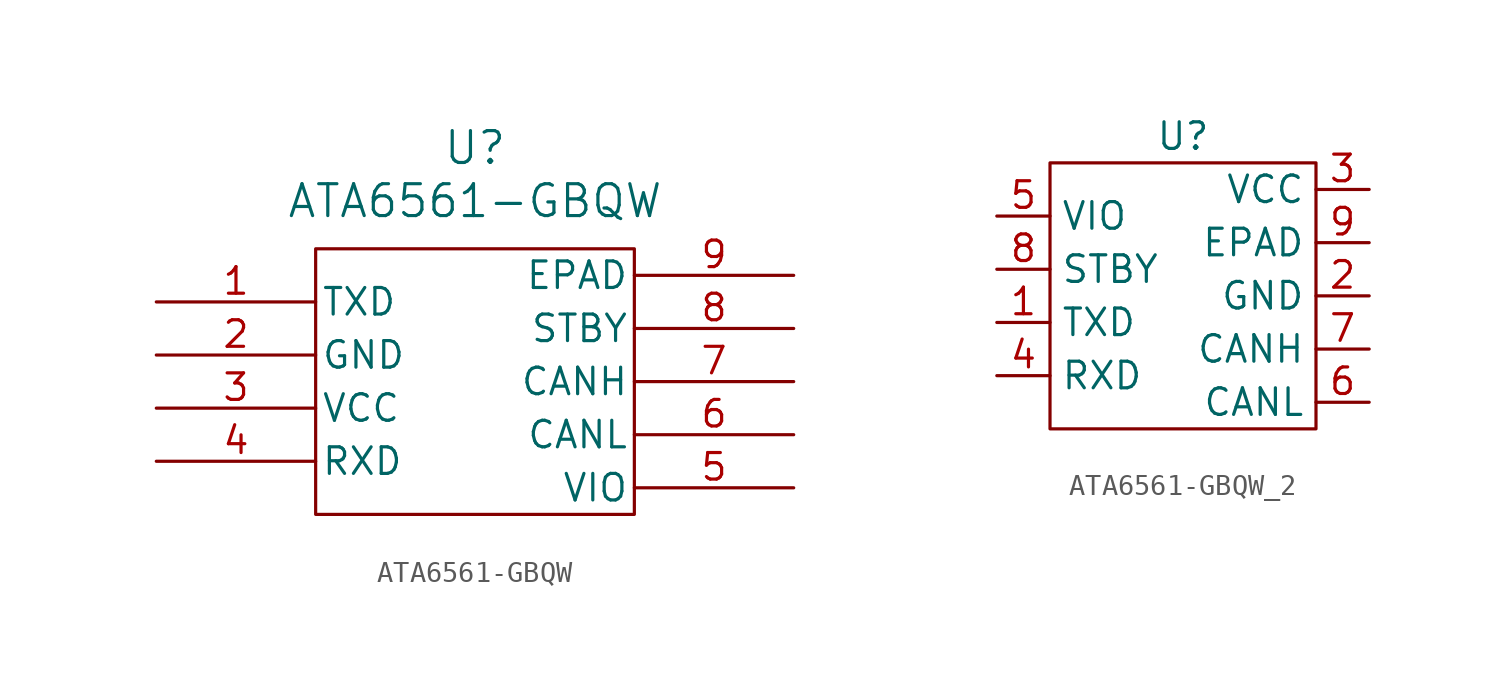
<source format=kicad_sym>
(kicad_symbol_lib
  (version 20231120)
  (generator "kicad_symbol_editor")
  (generator_version "8.0")
  (symbol "ATA6561-GBQW"
    (pin_names
      (offset 0.254))
    (property "Reference" "U"
      (at 0 9.906 0)
      (effects (font (size 1.524 1.524))))
    (property "Value" "ATA6561-GBQW"
      (at 0 7.366 0)
      (effects (font (size 1.524 1.524))))
    (property "ki_locked" ""
      (at 0 0 0)
      (effects (font (size 1.27 1.27))))
    (symbol "ATA6561-GBQW_0_1"
      (pin unspecified line (at -15.24 2.54 0) (length 7.62) (name "TXD" (effects (font (size 1.27 1.27)))) (number "1" (effects (font (size 1.27 1.27)))))
      (pin power_out line (at -15.24 0 0) (length 7.62) (name "GND" (effects (font (size 1.27 1.27)))) (number "2" (effects (font (size 1.27 1.27)))))
      (pin power_in line (at -15.24 -2.54 0) (length 7.62) (name "VCC" (effects (font (size 1.27 1.27)))) (number "3" (effects (font (size 1.27 1.27)))))
      (pin unspecified line (at -15.24 -5.08 0) (length 7.62) (name "RXD" (effects (font (size 1.27 1.27)))) (number "4" (effects (font (size 1.27 1.27)))))
      (pin unspecified line (at 15.24 -6.35 180) (length 7.62) (name "VIO" (effects (font (size 1.27 1.27)))) (number "5" (effects (font (size 1.27 1.27)))))
      (pin unspecified line (at 15.24 -3.81 180) (length 7.62) (name "CANL" (effects (font (size 1.27 1.27)))) (number "6" (effects (font (size 1.27 1.27)))))
      (pin unspecified line (at 15.24 -1.27 180) (length 7.62) (name "CANH" (effects (font (size 1.27 1.27)))) (number "7" (effects (font (size 1.27 1.27)))))
      (pin unspecified line (at 15.24 1.27 180) (length 7.62) (name "STBY" (effects (font (size 1.27 1.27)))) (number "8" (effects (font (size 1.27 1.27))))))
    (symbol "ATA6561-GBQW_1_1"
      (rectangle (start -7.62 5.08) (end 7.62 -7.62) (stroke (width 0) (type default)) (fill (type none)))
      (pin power_out line (at 15.24 3.81 180) (length 7.62) (name "EPAD" (effects (font (size 1.27 1.27)))) (number "9" (effects (font (size 1.27 1.27)))))))
  (symbol "ATA6561-GBQW_2"
    (property "Reference" "U"
      (at 0 7.62 0)
      (effects (font (size 1.27 1.27))))
    (property "Value" ""
      (at -1.27 -6.35 0)
      (effects (font (size 1.27 1.27))))
    (symbol "ATA6561-GBQW_2_0_1"
      (pin output line (at -8.89 -1.27 0) (length 2.54) (name "TXD" (effects (font (size 1.27 1.27)))) (number "1" (effects (font (size 1.27 1.27)))))
      (pin power_in line (at 8.89 0 180) (length 2.54) (name "GND" (effects (font (size 1.27 1.27)))) (number "2" (effects (font (size 1.27 1.27)))))
      (pin power_in line (at 8.89 5.08 180) (length 2.54) (name "VCC" (effects (font (size 1.27 1.27)))) (number "3" (effects (font (size 1.27 1.27)))))
      (pin input line (at -8.89 -3.81 0) (length 2.54) (name "RXD" (effects (font (size 1.27 1.27)))) (number "4" (effects (font (size 1.27 1.27)))))
      (pin power_in line (at -8.89 3.81 0) (length 2.54) (name "VIO" (effects (font (size 1.27 1.27)))) (number "5" (effects (font (size 1.27 1.27)))))
      (pin bidirectional line (at 8.89 -5.08 180) (length 2.54) (name "CANL" (effects (font (size 1.27 1.27)))) (number "6" (effects (font (size 1.27 1.27)))))
      (pin bidirectional line (at -8.89 1.27 0) (length 2.54) (name "STBY" (effects (font (size 1.27 1.27)))) (number "8" (effects (font (size 1.27 1.27))))))
    (symbol "ATA6561-GBQW_2_1_1"
      (rectangle (start -6.35 6.35) (end 6.35 -6.35) (stroke (width 0) (type default)) (fill (type none)))
      (pin bidirectional line (at 8.89 -2.54 180) (length 2.54) (name "CANH" (effects (font (size 1.27 1.27)))) (number "7" (effects (font (size 1.27 1.27)))))
      (pin power_in line (at 8.89 2.54 180) (length 2.54) (name "EPAD" (effects (font (size 1.27 1.27)))) (number "9" (effects (font (size 1.27 1.27))))))))
</source>
